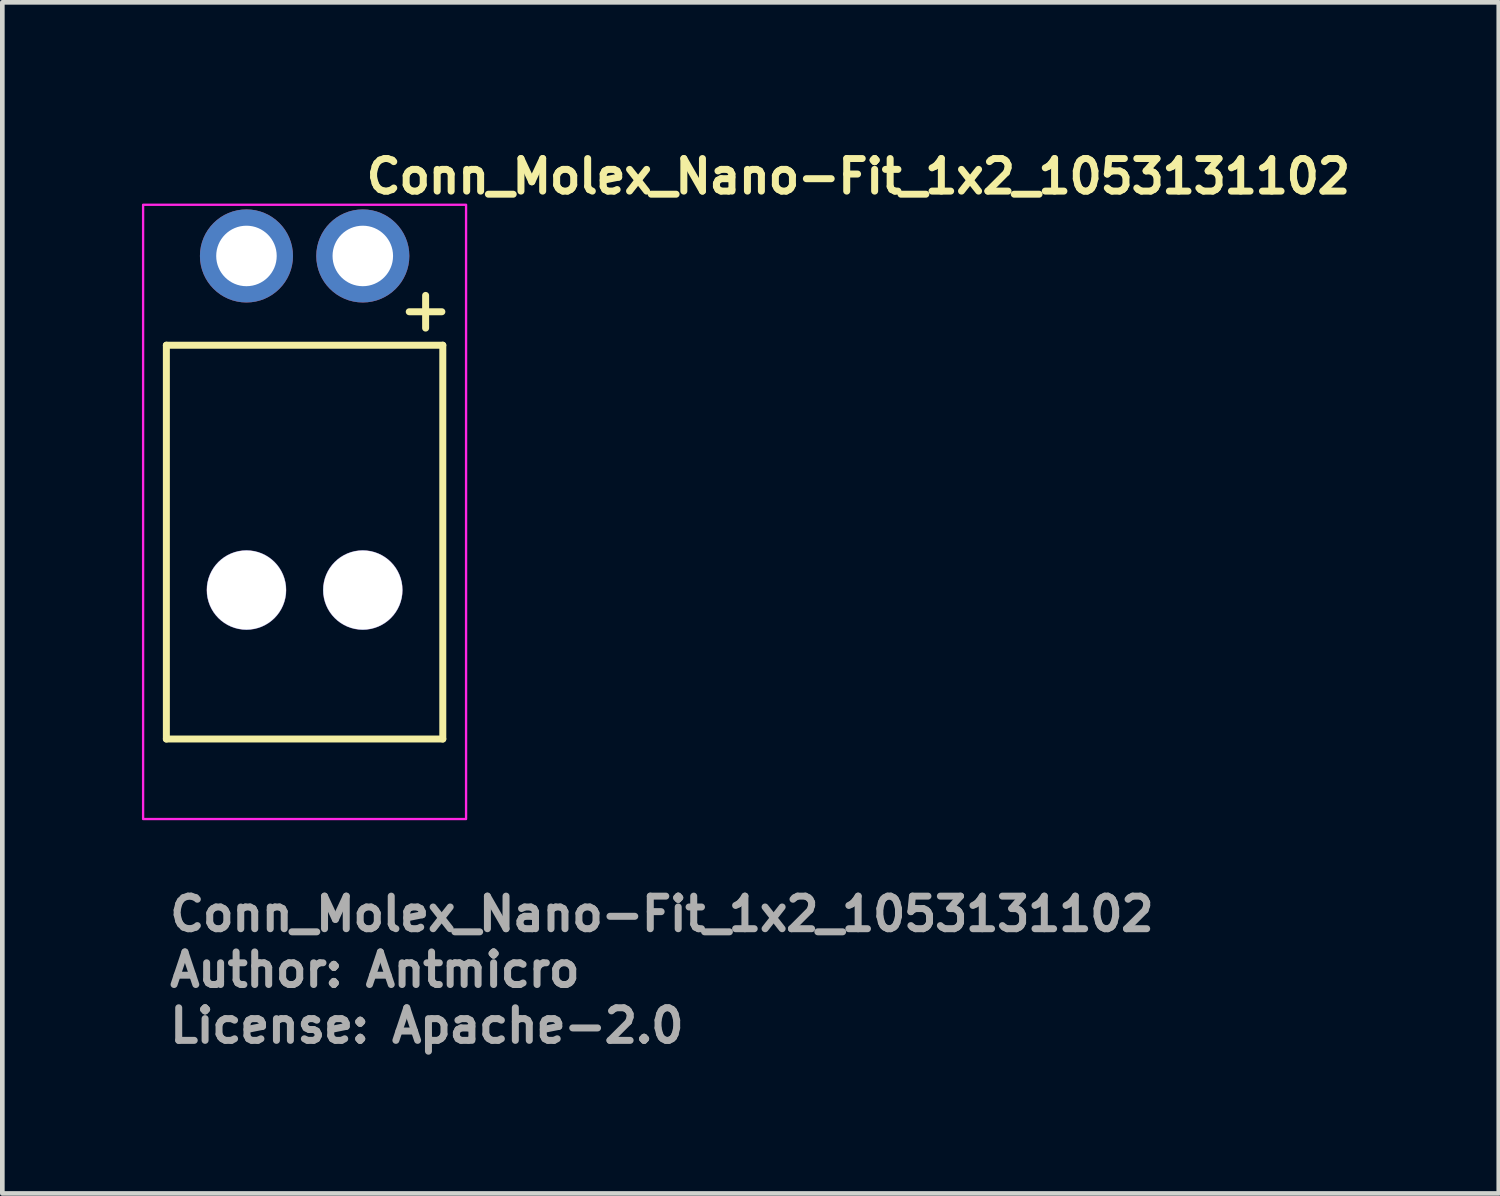
<source format=kicad_pcb>
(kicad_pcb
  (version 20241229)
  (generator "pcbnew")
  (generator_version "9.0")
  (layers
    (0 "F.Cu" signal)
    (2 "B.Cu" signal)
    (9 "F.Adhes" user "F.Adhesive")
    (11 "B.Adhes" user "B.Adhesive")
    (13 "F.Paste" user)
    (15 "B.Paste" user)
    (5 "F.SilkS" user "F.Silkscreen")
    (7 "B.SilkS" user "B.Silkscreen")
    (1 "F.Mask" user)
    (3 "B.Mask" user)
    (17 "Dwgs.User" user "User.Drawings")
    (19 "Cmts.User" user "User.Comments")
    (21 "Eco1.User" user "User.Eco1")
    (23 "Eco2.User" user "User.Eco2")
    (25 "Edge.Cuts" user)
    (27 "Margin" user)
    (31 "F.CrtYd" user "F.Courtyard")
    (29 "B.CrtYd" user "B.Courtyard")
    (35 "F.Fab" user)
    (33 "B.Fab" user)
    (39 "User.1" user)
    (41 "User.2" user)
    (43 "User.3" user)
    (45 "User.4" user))
  (footprint "Conn_Molex_Nano-Fit_1x2_1053131102"
    (layer "F.Cu")
    (at 4.746 2.45)
    (property "Reference" "Conn_Molex_Nano-Fit_1x2_1053131102" (at 0 -1.3 0) (layer "F.SilkS") (effects (font (size 0.7 0.7) (thickness 0.15)) (justify left bottom)))
    (attr through_hole)
    (fp_line (start -4.221 1.918) (end -4.221 10.38) (stroke (width 0.15) (type solid)) (layer "F.SilkS"))
    (fp_line (start -4.221 1.918) (end 1.719 1.918) (stroke (width 0.15) (type solid)) (layer "F.SilkS"))
    (fp_line (start -4.221 10.38) (end 1.719 10.38) (stroke (width 0.15) (type solid)) (layer "F.SilkS"))
    (fp_line (start 0.998 1.199) (end 1.699 1.199) (stroke (width 0.15) (type solid)) (layer "F.SilkS"))
    (fp_line (start 1.35 1.55) (end 1.35 0.848) (stroke (width 0.15) (type solid)) (layer "F.SilkS"))
    (fp_line (start 1.719 1.918) (end 1.719 10.38) (stroke (width 0.15) (type solid)) (layer "F.SilkS"))
    (fp_rect (start -4.721 -1.1) (end 2.219 12.1) (stroke (width 0.05) (type solid)) (fill no) (layer "F.CrtYd"))
    (fp_rect (start -4.221 -0.6) (end 1.719 11.839) (stroke (width 0.1) (type solid)) (fill no) (layer "User.5"))
    (fp_line (start -4.221 1.918) (end -4.221 10.38) (stroke (width 0.02) (type solid)) (layer "User.9"))
    (fp_line (start -4.221 10.38) (end -3.851 10.38) (stroke (width 0.02) (type solid)) (layer "User.9"))
    (fp_line (start -3.851 5.616) (end -3.85 5.605) (stroke (width 0.02) (type solid)) (layer "User.9"))
    (fp_line (start -3.851 5.616) (end -3.85 5.605) (stroke (width 0.02) (type solid)) (layer "User.9"))
    (fp_line (start -3.851 5.629) (end -3.851 5.616) (stroke (width 0.02) (type solid)) (layer "User.9"))
    (fp_line (start -3.851 5.629) (end -3.851 5.616) (stroke (width 0.02) (type solid)) (layer "User.9"))
    (fp_line (start -3.851 5.629) (end -3.601 5.629) (stroke (width 0.02) (type solid)) (layer "User.9"))
    (fp_line (start -3.851 11.839) (end -3.851 5.629) (stroke (width 0.02) (type solid)) (layer "User.9"))
    (fp_line (start -3.85 5.605) (end -3.848 5.592) (stroke (width 0.02) (type solid)) (layer "User.9"))
    (fp_line (start -3.85 5.605) (end -3.848 5.592) (stroke (width 0.02) (type solid)) (layer "User.9"))
    (fp_line (start -3.848 5.592) (end -3.847 5.581) (stroke (width 0.02) (type solid)) (layer "User.9"))
    (fp_line (start -3.848 5.592) (end -3.847 5.581) (stroke (width 0.02) (type solid)) (layer "User.9"))
    (fp_line (start -3.847 5.581) (end -3.843 5.568) (stroke (width 0.02) (type solid)) (layer "User.9"))
    (fp_line (start -3.847 5.581) (end -3.843 5.568) (stroke (width 0.02) (type solid)) (layer "User.9"))
    (fp_line (start -3.843 5.568) (end -3.84 5.557) (stroke (width 0.02) (type solid)) (layer "User.9"))
    (fp_line (start -3.843 5.568) (end -3.84 5.557) (stroke (width 0.02) (type solid)) (layer "User.9"))
    (fp_line (start -3.84 5.557) (end -3.837 5.544) (stroke (width 0.02) (type solid)) (layer "User.9"))
    (fp_line (start -3.84 5.557) (end -3.837 5.544) (stroke (width 0.02) (type solid)) (layer "User.9"))
    (fp_line (start -3.837 5.544) (end -3.831 5.533) (stroke (width 0.02) (type solid)) (layer "User.9"))
    (fp_line (start -3.837 5.544) (end -3.831 5.533) (stroke (width 0.02) (type solid)) (layer "User.9"))
    (fp_line (start -3.831 5.533) (end -3.827 5.522) (stroke (width 0.02) (type solid)) (layer "User.9"))
    (fp_line (start -3.831 5.533) (end -3.827 5.522) (stroke (width 0.02) (type solid)) (layer "User.9"))
    (fp_line (start -3.827 5.522) (end -3.822 5.512) (stroke (width 0.02) (type solid)) (layer "User.9"))
    (fp_line (start -3.827 5.522) (end -3.822 5.512) (stroke (width 0.02) (type solid)) (layer "User.9"))
    (fp_line (start -3.822 5.512) (end -3.815 5.501) (stroke (width 0.02) (type solid)) (layer "User.9"))
    (fp_line (start -3.822 5.512) (end -3.815 5.501) (stroke (width 0.02) (type solid)) (layer "User.9"))
    (fp_line (start -3.815 5.501) (end -3.809 5.491) (stroke (width 0.02) (type solid)) (layer "User.9"))
    (fp_line (start -3.815 5.501) (end -3.809 5.491) (stroke (width 0.02) (type solid)) (layer "User.9"))
    (fp_line (start -3.809 5.491) (end -3.802 5.48) (stroke (width 0.02) (type solid)) (layer "User.9"))
    (fp_line (start -3.809 5.491) (end -3.802 5.48) (stroke (width 0.02) (type solid)) (layer "User.9"))
    (fp_line (start -3.802 5.48) (end -3.794 5.47) (stroke (width 0.02) (type solid)) (layer "User.9"))
    (fp_line (start -3.802 5.48) (end -3.794 5.47) (stroke (width 0.02) (type solid)) (layer "User.9"))
    (fp_line (start -3.794 5.47) (end -3.786 5.461) (stroke (width 0.02) (type solid)) (layer "User.9"))
    (fp_line (start -3.794 5.47) (end -3.786 5.461) (stroke (width 0.02) (type solid)) (layer "User.9"))
    (fp_line (start -3.786 5.461) (end -3.778 5.453) (stroke (width 0.02) (type solid)) (layer "User.9"))
    (fp_line (start -3.786 5.461) (end -3.778 5.453) (stroke (width 0.02) (type solid)) (layer "User.9"))
    (fp_line (start -3.778 5.453) (end -3.778 5.453) (stroke (width 0.02) (type solid)) (layer "User.9"))
    (fp_line (start -3.778 5.453) (end -3.778 5.453) (stroke (width 0.02) (type solid)) (layer "User.9"))
    (fp_line (start -3.778 5.453) (end -3.769 5.443) (stroke (width 0.02) (type solid)) (layer "User.9"))
    (fp_line (start -3.778 5.453) (end -3.769 5.443) (stroke (width 0.02) (type solid)) (layer "User.9"))
    (fp_line (start -3.769 5.443) (end -3.759 5.435) (stroke (width 0.02) (type solid)) (layer "User.9"))
    (fp_line (start -3.769 5.443) (end -3.759 5.435) (stroke (width 0.02) (type solid)) (layer "User.9"))
    (fp_line (start -3.759 5.435) (end -3.75 5.429) (stroke (width 0.02) (type solid)) (layer "User.9"))
    (fp_line (start -3.759 5.435) (end -3.75 5.429) (stroke (width 0.02) (type solid)) (layer "User.9"))
    (fp_line (start -3.75 5.429) (end -3.739 5.421) (stroke (width 0.02) (type solid)) (layer "User.9"))
    (fp_line (start -3.75 5.429) (end -3.739 5.421) (stroke (width 0.02) (type solid)) (layer "User.9"))
    (fp_line (start -3.739 5.421) (end -3.73 5.414) (stroke (width 0.02) (type solid)) (layer "User.9"))
    (fp_line (start -3.739 5.421) (end -3.73 5.414) (stroke (width 0.02) (type solid)) (layer "User.9"))
    (fp_line (start -3.73 5.414) (end -3.718 5.408) (stroke (width 0.02) (type solid)) (layer "User.9"))
    (fp_line (start -3.73 5.414) (end -3.718 5.408) (stroke (width 0.02) (type solid)) (layer "User.9"))
    (fp_line (start -3.718 5.408) (end -3.708 5.403) (stroke (width 0.02) (type solid)) (layer "User.9"))
    (fp_line (start -3.718 5.408) (end -3.708 5.403) (stroke (width 0.02) (type solid)) (layer "User.9"))
    (fp_line (start -3.708 5.403) (end -3.697 5.398) (stroke (width 0.02) (type solid)) (layer "User.9"))
    (fp_line (start -3.708 5.403) (end -3.697 5.398) (stroke (width 0.02) (type solid)) (layer "User.9"))
    (fp_line (start -3.697 5.398) (end -3.685 5.394) (stroke (width 0.02) (type solid)) (layer "User.9"))
    (fp_line (start -3.697 5.398) (end -3.685 5.394) (stroke (width 0.02) (type solid)) (layer "User.9"))
    (fp_line (start -3.685 5.394) (end -3.673 5.389) (stroke (width 0.02) (type solid)) (layer "User.9"))
    (fp_line (start -3.685 5.394) (end -3.673 5.389) (stroke (width 0.02) (type solid)) (layer "User.9"))
    (fp_line (start -3.673 5.389) (end -3.661 5.387) (stroke (width 0.02) (type solid)) (layer "User.9"))
    (fp_line (start -3.673 5.389) (end -3.661 5.387) (stroke (width 0.02) (type solid)) (layer "User.9"))
    (fp_line (start -3.661 5.387) (end -3.649 5.384) (stroke (width 0.02) (type solid)) (layer "User.9"))
    (fp_line (start -3.661 5.387) (end -3.649 5.384) (stroke (width 0.02) (type solid)) (layer "User.9"))
    (fp_line (start -3.649 5.384) (end -3.637 5.381) (stroke (width 0.02) (type solid)) (layer "User.9"))
    (fp_line (start -3.649 5.384) (end -3.637 5.381) (stroke (width 0.02) (type solid)) (layer "User.9"))
    (fp_line (start -3.637 5.381) (end -3.625 5.381) (stroke (width 0.02) (type solid)) (layer "User.9"))
    (fp_line (start -3.637 5.381) (end -3.625 5.381) (stroke (width 0.02) (type solid)) (layer "User.9"))
    (fp_line (start -3.625 5.381) (end -3.613 5.379) (stroke (width 0.02) (type solid)) (layer "User.9"))
    (fp_line (start -3.625 5.381) (end -3.613 5.379) (stroke (width 0.02) (type solid)) (layer "User.9"))
    (fp_line (start -3.613 5.379) (end -3.601 5.379) (stroke (width 0.02) (type solid)) (layer "User.9"))
    (fp_line (start -3.613 5.379) (end -3.601 5.379) (stroke (width 0.02) (type solid)) (layer "User.9"))
    (fp_line (start -3.601 5.379) (end -2.4 5.379) (stroke (width 0.02) (type solid)) (layer "User.9"))
    (fp_line (start -3.601 11.839) (end -3.851 11.839) (stroke (width 0.02) (type solid)) (layer "User.9"))
    (fp_line (start -3.601 11.839) (end 1.1 11.839) (stroke (width 0.02) (type solid)) (layer "User.9"))
    (fp_line (start -3.101 0) (end -3.1 -0.04) (stroke (width 0.02) (type solid)) (layer "User.9"))
    (fp_line (start -3.101 0.018) (end -3.101 0) (stroke (width 0.02) (type solid)) (layer "User.9"))
    (fp_line (start -3.1 -0.04) (end -3.096 -0.08) (stroke (width 0.02) (type solid)) (layer "User.9"))
    (fp_line (start -3.1 0.037) (end -3.101 0.018) (stroke (width 0.02) (type solid)) (layer "User.9"))
    (fp_line (start -3.098 0.057) (end -3.1 0.037) (stroke (width 0.02) (type solid)) (layer "User.9"))
    (fp_line (start -3.097 0.075) (end -3.098 0.057) (stroke (width 0.02) (type solid)) (layer "User.9"))
    (fp_line (start -3.096 -0.08) (end -3.089 -0.12) (stroke (width 0.02) (type solid)) (layer "User.9"))
    (fp_line (start -3.093 0.094) (end -3.097 0.075) (stroke (width 0.02) (type solid)) (layer "User.9"))
    (fp_line (start -3.089 -0.12) (end -3.081 -0.157) (stroke (width 0.02) (type solid)) (layer "User.9"))
    (fp_line (start -3.089 0.114) (end -3.093 0.094) (stroke (width 0.02) (type solid)) (layer "User.9"))
    (fp_line (start -3.081 -0.157) (end -3.068 -0.195) (stroke (width 0.02) (type solid)) (layer "User.9"))
    (fp_line (start -3.081 0.15) (end -3.089 0.114) (stroke (width 0.02) (type solid)) (layer "User.9"))
    (fp_line (start -3.071 0.186) (end -3.081 0.15) (stroke (width 0.02) (type solid)) (layer "User.9"))
    (fp_line (start -3.068 -0.195) (end -3.056 -0.232) (stroke (width 0.02) (type solid)) (layer "User.9"))
    (fp_line (start -3.057 0.222) (end -3.071 0.186) (stroke (width 0.02) (type solid)) (layer "User.9"))
    (fp_line (start -3.056 -0.232) (end -3.039 -0.267) (stroke (width 0.02) (type solid)) (layer "User.9"))
    (fp_line (start -3.043 0.257) (end -3.057 0.222) (stroke (width 0.02) (type solid)) (layer "User.9"))
    (fp_line (start -3.039 -0.267) (end -3.02 -0.3) (stroke (width 0.02) (type solid)) (layer "User.9"))
    (fp_line (start -3.025 0.29) (end -3.043 0.257) (stroke (width 0.02) (type solid)) (layer "User.9"))
    (fp_line (start -3.02 -0.3) (end -3 -0.334) (stroke (width 0.02) (type solid)) (layer "User.9"))
    (fp_line (start -3.007 0.323) (end -3.025 0.29) (stroke (width 0.02) (type solid)) (layer "User.9"))
    (fp_line (start -3 -0.334) (end -2.977 -0.365) (stroke (width 0.02) (type solid)) (layer "User.9"))
    (fp_line (start -2.985 0.353) (end -3.007 0.323) (stroke (width 0.02) (type solid)) (layer "User.9"))
    (fp_line (start -2.977 -0.365) (end -2.952 -0.396) (stroke (width 0.02) (type solid)) (layer "User.9"))
    (fp_line (start -2.961 0.384) (end -2.985 0.353) (stroke (width 0.02) (type solid)) (layer "User.9"))
    (fp_line (start -2.952 -0.396) (end -2.927 -0.424) (stroke (width 0.02) (type solid)) (layer "User.9"))
    (fp_line (start -2.936 0.412) (end -2.961 0.384) (stroke (width 0.02) (type solid)) (layer "User.9"))
    (fp_line (start -2.927 -0.424) (end -2.898 -0.452) (stroke (width 0.02) (type solid)) (layer "User.9"))
    (fp_line (start -2.91 0.438) (end -2.936 0.412) (stroke (width 0.02) (type solid)) (layer "User.9"))
    (fp_line (start -2.898 -0.452) (end -2.867 -0.477) (stroke (width 0.02) (type solid)) (layer "User.9"))
    (fp_line (start -2.895 0.451) (end -2.91 0.438) (stroke (width 0.02) (type solid)) (layer "User.9"))
    (fp_line (start -2.882 0.464) (end -2.895 0.451) (stroke (width 0.02) (type solid)) (layer "User.9"))
    (fp_line (start -2.867 -0.477) (end -2.835 -0.499) (stroke (width 0.02) (type solid)) (layer "User.9"))
    (fp_line (start -2.867 0.476) (end -2.882 0.464) (stroke (width 0.02) (type solid)) (layer "User.9"))
    (fp_line (start -2.851 0.486) (end -2.867 0.476) (stroke (width 0.02) (type solid)) (layer "User.9"))
    (fp_line (start -2.835 -0.499) (end -2.801 -0.521) (stroke (width 0.02) (type solid)) (layer "User.9"))
    (fp_line (start -2.835 0.497) (end -2.851 0.486) (stroke (width 0.02) (type solid)) (layer "User.9"))
    (fp_line (start -2.819 -0.318) (end -2.819 -0.312) (stroke (width 0.02) (type solid)) (layer "User.9"))
    (fp_line (start -2.819 -0.318) (end -2.183 -0.318) (stroke (width 0.02) (type solid)) (layer "User.9"))
    (fp_line (start -2.819 -0.312) (end -2.819 -0.312) (stroke (width 0.02) (type solid)) (layer "User.9"))
    (fp_line (start -2.819 -0.312) (end -2.819 -0.295) (stroke (width 0.02) (type solid)) (layer "User.9"))
    (fp_line (start -2.819 -0.295) (end -2.819 -0.295) (stroke (width 0.02) (type solid)) (layer "User.9"))
    (fp_line (start -2.819 -0.295) (end -2.819 -0.267) (stroke (width 0.02) (type solid)) (layer "User.9"))
    (fp_line (start -2.819 -0.267) (end -2.819 -0.267) (stroke (width 0.02) (type solid)) (layer "User.9"))
    (fp_line (start -2.819 -0.267) (end -2.819 -0.226) (stroke (width 0.02) (type solid)) (layer "User.9"))
    (fp_line (start -2.819 -0.226) (end -2.819 -0.226) (stroke (width 0.02) (type solid)) (layer "User.9"))
    (fp_line (start -2.819 -0.226) (end -2.819 -0.176) (stroke (width 0.02) (type solid)) (layer "User.9"))
    (fp_line (start -2.819 -0.176) (end -2.819 -0.176) (stroke (width 0.02) (type solid)) (layer "User.9"))
    (fp_line (start -2.819 -0.176) (end -2.819 -0.115) (stroke (width 0.02) (type solid)) (layer "User.9"))
    (fp_line (start -2.819 -0.115) (end -2.819 -0.115) (stroke (width 0.02) (type solid)) (layer "User.9"))
    (fp_line (start -2.819 -0.115) (end -2.819 -0.044) (stroke (width 0.02) (type solid)) (layer "User.9"))
    (fp_line (start -2.819 -0.044) (end -2.819 -0.044) (stroke (width 0.02) (type solid)) (layer "User.9"))
    (fp_line (start -2.819 -0.044) (end -2.819 0.616) (stroke (width 0.02) (type solid)) (layer "User.9"))
    (fp_line (start -2.819 0.508) (end -2.835 0.497) (stroke (width 0.02) (type solid)) (layer "User.9"))
    (fp_line (start -2.819 0.616) (end -2.819 1.918) (stroke (width 0.02) (type solid)) (layer "User.9"))
    (fp_line (start -2.801 -0.521) (end -2.801 -0.521) (stroke (width 0.02) (type solid)) (layer "User.9"))
    (fp_line (start -2.801 -0.521) (end -2.766 -0.54) (stroke (width 0.02) (type solid)) (layer "User.9"))
    (fp_line (start -2.766 -0.54) (end -2.73 -0.556) (stroke (width 0.02) (type solid)) (layer "User.9"))
    (fp_line (start -2.73 -0.556) (end -2.693 -0.57) (stroke (width 0.02) (type solid)) (layer "User.9"))
    (fp_line (start -2.693 -0.57) (end -2.656 -0.58) (stroke (width 0.02) (type solid)) (layer "User.9"))
    (fp_line (start -2.656 -0.58) (end -2.617 -0.589) (stroke (width 0.02) (type solid)) (layer "User.9"))
    (fp_line (start -2.617 -0.589) (end -2.578 -0.595) (stroke (width 0.02) (type solid)) (layer "User.9"))
    (fp_line (start -2.578 -0.595) (end -2.54 -0.599) (stroke (width 0.02) (type solid)) (layer "User.9"))
    (fp_line (start -2.54 -0.599) (end -2.5 -0.6) (stroke (width 0.02) (type solid)) (layer "User.9"))
    (fp_line (start -2.5 -0.6) (end -2.463 -0.599) (stroke (width 0.02) (type solid)) (layer "User.9"))
    (fp_line (start -2.463 -0.599) (end -2.423 -0.595) (stroke (width 0.02) (type solid)) (layer "User.9"))
    (fp_line (start -2.423 -0.595) (end -2.386 -0.589) (stroke (width 0.02) (type solid)) (layer "User.9"))
    (fp_line (start -2.4 5.379) (end -2.4 5.629) (stroke (width 0.02) (type solid)) (layer "User.9"))
    (fp_line (start -2.4 5.629) (end -2.4 10.24) (stroke (width 0.02) (type solid)) (layer "User.9"))
    (fp_line (start -2.4 10.24) (end -2.4 10.253) (stroke (width 0.02) (type solid)) (layer "User.9"))
    (fp_line (start -2.4 10.253) (end -2.399 10.268) (stroke (width 0.02) (type solid)) (layer "User.9"))
    (fp_line (start -2.399 10.268) (end -2.398 10.284) (stroke (width 0.02) (type solid)) (layer "User.9"))
    (fp_line (start -2.398 10.284) (end -2.395 10.297) (stroke (width 0.02) (type solid)) (layer "User.9"))
    (fp_line (start -2.395 10.297) (end -2.391 10.313) (stroke (width 0.02) (type solid)) (layer "User.9"))
    (fp_line (start -2.391 10.313) (end -2.388 10.326) (stroke (width 0.02) (type solid)) (layer "User.9"))
    (fp_line (start -2.388 10.326) (end -2.383 10.341) (stroke (width 0.02) (type solid)) (layer "User.9"))
    (fp_line (start -2.386 -0.589) (end -2.347 -0.58) (stroke (width 0.02) (type solid)) (layer "User.9"))
    (fp_line (start -2.383 10.341) (end -2.379 10.354) (stroke (width 0.02) (type solid)) (layer "User.9"))
    (fp_line (start -2.379 10.354) (end -2.372 10.368) (stroke (width 0.02) (type solid)) (layer "User.9"))
    (fp_line (start -2.372 10.368) (end -2.366 10.381) (stroke (width 0.02) (type solid)) (layer "User.9"))
    (fp_line (start -2.367 10.38) (end -0.136 10.38) (stroke (width 0.02) (type solid)) (layer "User.9"))
    (fp_line (start -2.366 10.381) (end -2.359 10.393) (stroke (width 0.02) (type solid)) (layer "User.9"))
    (fp_line (start -2.359 10.393) (end -2.351 10.406) (stroke (width 0.02) (type solid)) (layer "User.9"))
    (fp_line (start -2.351 10.406) (end -2.343 10.418) (stroke (width 0.02) (type solid)) (layer "User.9"))
    (fp_line (start -2.347 -0.58) (end -2.31 -0.57) (stroke (width 0.02) (type solid)) (layer "User.9"))
    (fp_line (start -2.343 10.418) (end -2.334 10.429) (stroke (width 0.02) (type solid)) (layer "User.9"))
    (fp_line (start -2.334 10.429) (end -2.323 10.441) (stroke (width 0.02) (type solid)) (layer "User.9"))
    (fp_line (start -2.323 10.441) (end -2.314 10.451) (stroke (width 0.02) (type solid)) (layer "User.9"))
    (fp_line (start -2.314 10.451) (end -2.314 10.451) (stroke (width 0.02) (type solid)) (layer "User.9"))
    (fp_line (start -2.314 10.451) (end -2.302 10.461) (stroke (width 0.02) (type solid)) (layer "User.9"))
    (fp_line (start -2.31 -0.57) (end -2.273 -0.556) (stroke (width 0.02) (type solid)) (layer "User.9"))
    (fp_line (start -2.302 10.461) (end -2.291 10.471) (stroke (width 0.02) (type solid)) (layer "User.9"))
    (fp_line (start -2.291 10.471) (end -2.279 10.48) (stroke (width 0.02) (type solid)) (layer "User.9"))
    (fp_line (start -2.279 10.48) (end -2.267 10.489) (stroke (width 0.02) (type solid)) (layer "User.9"))
    (fp_line (start -2.273 -0.556) (end -2.237 -0.54) (stroke (width 0.02) (type solid)) (layer "User.9"))
    (fp_line (start -2.267 10.489) (end -2.255 10.496) (stroke (width 0.02) (type solid)) (layer "User.9"))
    (fp_line (start -2.255 10.496) (end -2.242 10.503) (stroke (width 0.02) (type solid)) (layer "User.9"))
    (fp_line (start -2.242 10.503) (end -2.23 10.511) (stroke (width 0.02) (type solid)) (layer "User.9"))
    (fp_line (start -2.237 -0.54) (end -2.202 -0.521) (stroke (width 0.02) (type solid)) (layer "User.9"))
    (fp_line (start -2.23 10.511) (end -2.215 10.516) (stroke (width 0.02) (type solid)) (layer "User.9"))
    (fp_line (start -2.215 10.516) (end -2.202 10.522) (stroke (width 0.02) (type solid)) (layer "User.9"))
    (fp_line (start -2.202 -0.521) (end -2.202 -0.521) (stroke (width 0.02) (type solid)) (layer "User.9"))
    (fp_line (start -2.202 -0.521) (end -2.183 -0.51) (stroke (width 0.02) (type solid)) (layer "User.9"))
    (fp_line (start -2.202 10.522) (end -2.189 10.527) (stroke (width 0.02) (type solid)) (layer "User.9"))
    (fp_line (start -2.189 10.527) (end -2.174 10.529) (stroke (width 0.02) (type solid)) (layer "User.9"))
    (fp_line (start -2.183 -0.51) (end -2.168 -0.499) (stroke (width 0.02) (type solid)) (layer "User.9"))
    (fp_line (start -2.183 -0.318) (end -2.183 -0.312) (stroke (width 0.02) (type solid)) (layer "User.9"))
    (fp_line (start -2.183 -0.312) (end -2.183 -0.312) (stroke (width 0.02) (type solid)) (layer "User.9"))
    (fp_line (start -2.183 -0.312) (end -2.183 -0.295) (stroke (width 0.02) (type solid)) (layer "User.9"))
    (fp_line (start -2.183 -0.295) (end -2.183 -0.295) (stroke (width 0.02) (type solid)) (layer "User.9"))
    (fp_line (start -2.183 -0.295) (end -2.183 -0.267) (stroke (width 0.02) (type solid)) (layer "User.9"))
    (fp_line (start -2.183 -0.267) (end -2.183 -0.267) (stroke (width 0.02) (type solid)) (layer "User.9"))
    (fp_line (start -2.183 -0.267) (end -2.183 -0.226) (stroke (width 0.02) (type solid)) (layer "User.9"))
    (fp_line (start -2.183 -0.226) (end -2.183 -0.226) (stroke (width 0.02) (type solid)) (layer "User.9"))
    (fp_line (start -2.183 -0.226) (end -2.183 -0.176) (stroke (width 0.02) (type solid)) (layer "User.9"))
    (fp_line (start -2.183 -0.176) (end -2.183 -0.176) (stroke (width 0.02) (type solid)) (layer "User.9"))
    (fp_line (start -2.183 -0.176) (end -2.183 -0.115) (stroke (width 0.02) (type solid)) (layer "User.9"))
    (fp_line (start -2.183 -0.115) (end -2.183 -0.115) (stroke (width 0.02) (type solid)) (layer "User.9"))
    (fp_line (start -2.183 -0.115) (end -2.183 -0.044) (stroke (width 0.02) (type solid)) (layer "User.9"))
    (fp_line (start -2.183 -0.044) (end -2.183 -0.044) (stroke (width 0.02) (type solid)) (layer "User.9"))
    (fp_line (start -2.183 -0.044) (end -2.183 0.616) (stroke (width 0.02) (type solid)) (layer "User.9"))
    (fp_line (start -2.183 0.616) (end -2.183 1.918) (stroke (width 0.02) (type solid)) (layer "User.9"))
    (fp_line (start -2.174 10.529) (end -2.16 10.534) (stroke (width 0.02) (type solid)) (layer "User.9"))
    (fp_line (start -2.168 -0.499) (end -2.15 -0.488) (stroke (width 0.02) (type solid)) (layer "User.9"))
    (fp_line (start -2.16 10.534) (end -2.145 10.535) (stroke (width 0.02) (type solid)) (layer "User.9"))
    (fp_line (start -2.152 0.486) (end -2.183 0.508) (stroke (width 0.02) (type solid)) (layer "User.9"))
    (fp_line (start -2.15 -0.488) (end -2.134 -0.477) (stroke (width 0.02) (type solid)) (layer "User.9"))
    (fp_line (start -2.145 10.535) (end -2.13 10.538) (stroke (width 0.02) (type solid)) (layer "User.9"))
    (fp_line (start -2.134 -0.477) (end -2.12 -0.465) (stroke (width 0.02) (type solid)) (layer "User.9"))
    (fp_line (start -2.13 10.538) (end -2.116 10.538) (stroke (width 0.02) (type solid)) (layer "User.9"))
    (fp_line (start -2.121 0.464) (end -2.152 0.486) (stroke (width 0.02) (type solid)) (layer "User.9"))
    (fp_line (start -2.12 -0.465) (end -2.105 -0.452) (stroke (width 0.02) (type solid)) (layer "User.9"))
    (fp_line (start -2.116 10.538) (end -2.101 10.538) (stroke (width 0.02) (type solid)) (layer "User.9"))
    (fp_line (start -2.105 -0.452) (end -2.089 -0.438) (stroke (width 0.02) (type solid)) (layer "User.9"))
    (fp_line (start -2.101 10.538) (end -0.402 10.538) (stroke (width 0.02) (type solid)) (layer "User.9"))
    (fp_line (start -2.093 0.438) (end -2.121 0.464) (stroke (width 0.02) (type solid)) (layer "User.9"))
    (fp_line (start -2.089 -0.438) (end -2.076 -0.424) (stroke (width 0.02) (type solid)) (layer "User.9"))
    (fp_line (start -2.076 -0.424) (end -2.062 -0.411) (stroke (width 0.02) (type solid)) (layer "User.9"))
    (fp_line (start -2.065 0.412) (end -2.093 0.438) (stroke (width 0.02) (type solid)) (layer "User.9"))
    (fp_line (start -2.062 -0.411) (end -2.049 -0.396) (stroke (width 0.02) (type solid)) (layer "User.9"))
    (fp_line (start -2.049 -0.396) (end -2.036 -0.38) (stroke (width 0.02) (type solid)) (layer "User.9"))
    (fp_line (start -2.04 0.384) (end -2.065 0.412) (stroke (width 0.02) (type solid)) (layer "User.9"))
    (fp_line (start -2.036 -0.38) (end -2.024 -0.365) (stroke (width 0.02) (type solid)) (layer "User.9"))
    (fp_line (start -2.024 -0.365) (end -2.012 -0.35) (stroke (width 0.02) (type solid)) (layer "User.9"))
    (fp_line (start -2.016 0.353) (end -2.04 0.384) (stroke (width 0.02) (type solid)) (layer "User.9"))
    (fp_line (start -2.012 -0.35) (end -2.001 -0.334) (stroke (width 0.02) (type solid)) (layer "User.9"))
    (fp_line (start -2.001 -0.334) (end -1.992 -0.317) (stroke (width 0.02) (type solid)) (layer "User.9"))
    (fp_line (start -1.996 0.323) (end -2.016 0.353) (stroke (width 0.02) (type solid)) (layer "User.9"))
    (fp_line (start -1.992 -0.317) (end -1.982 -0.3) (stroke (width 0.02) (type solid)) (layer "User.9"))
    (fp_line (start -1.982 -0.3) (end -1.972 -0.285) (stroke (width 0.02) (type solid)) (layer "User.9"))
    (fp_line (start -1.976 0.29) (end -1.996 0.323) (stroke (width 0.02) (type solid)) (layer "User.9"))
    (fp_line (start -1.972 -0.285) (end -1.964 -0.267) (stroke (width 0.02) (type solid)) (layer "User.9"))
    (fp_line (start -1.964 -0.267) (end -1.954 -0.249) (stroke (width 0.02) (type solid)) (layer "User.9"))
    (fp_line (start -1.96 0.257) (end -1.976 0.29) (stroke (width 0.02) (type solid)) (layer "User.9"))
    (fp_line (start -1.954 -0.249) (end -1.946 -0.232) (stroke (width 0.02) (type solid)) (layer "User.9"))
    (fp_line (start -1.946 -0.232) (end -1.94 -0.213) (stroke (width 0.02) (type solid)) (layer "User.9"))
    (fp_line (start -1.944 0.222) (end -1.96 0.257) (stroke (width 0.02) (type solid)) (layer "User.9"))
    (fp_line (start -1.94 -0.213) (end -1.934 -0.195) (stroke (width 0.02) (type solid)) (layer "User.9"))
    (fp_line (start -1.934 -0.195) (end -1.928 -0.176) (stroke (width 0.02) (type solid)) (layer "User.9"))
    (fp_line (start -1.932 0.186) (end -1.944 0.222) (stroke (width 0.02) (type solid)) (layer "User.9"))
    (fp_line (start -1.928 -0.176) (end -1.922 -0.157) (stroke (width 0.02) (type solid)) (layer "User.9"))
    (fp_line (start -1.922 -0.157) (end -1.917 -0.139) (stroke (width 0.02) (type solid)) (layer "User.9"))
    (fp_line (start -1.92 0.15) (end -1.932 0.186) (stroke (width 0.02) (type solid)) (layer "User.9"))
    (fp_line (start -1.917 -0.139) (end -1.913 -0.12) (stroke (width 0.02) (type solid)) (layer "User.9"))
    (fp_line (start -1.913 -0.12) (end -1.909 -0.101) (stroke (width 0.02) (type solid)) (layer "User.9"))
    (fp_line (start -1.913 0.114) (end -1.92 0.15) (stroke (width 0.02) (type solid)) (layer "User.9"))
    (fp_line (start -1.909 -0.101) (end -1.907 -0.08) (stroke (width 0.02) (type solid)) (layer "User.9"))
    (fp_line (start -1.907 -0.08) (end -1.903 -0.06) (stroke (width 0.02) (type solid)) (layer "User.9"))
    (fp_line (start -1.905 0.075) (end -1.913 0.114) (stroke (width 0.02) (type solid)) (layer "User.9"))
    (fp_line (start -1.903 -0.06) (end -1.903 -0.04) (stroke (width 0.02) (type solid)) (layer "User.9"))
    (fp_line (start -1.903 -0.04) (end -1.901 -0.022) (stroke (width 0.02) (type solid)) (layer "User.9"))
    (fp_line (start -1.903 0.037) (end -1.905 0.075) (stroke (width 0.02) (type solid)) (layer "User.9"))
    (fp_line (start -1.901 -0.022) (end -1.901 0) (stroke (width 0.02) (type solid)) (layer "User.9"))
    (fp_line (start -1.901 0) (end -1.903 0.037) (stroke (width 0.02) (type solid)) (layer "User.9"))
    (fp_line (start -0.6 0) (end -0.599 -0.04) (stroke (width 0.02) (type solid)) (layer "User.9"))
    (fp_line (start -0.6 0.018) (end -0.6 0) (stroke (width 0.02) (type solid)) (layer "User.9"))
    (fp_line (start -0.599 -0.04) (end -0.595 -0.08) (stroke (width 0.02) (type solid)) (layer "User.9"))
    (fp_line (start -0.599 0.037) (end -0.6 0.018) (stroke (width 0.02) (type solid)) (layer "User.9"))
    (fp_line (start -0.598 0.057) (end -0.599 0.037) (stroke (width 0.02) (type solid)) (layer "User.9"))
    (fp_line (start -0.596 0.075) (end -0.598 0.057) (stroke (width 0.02) (type solid)) (layer "User.9"))
    (fp_line (start -0.595 -0.08) (end -0.589 -0.12) (stroke (width 0.02) (type solid)) (layer "User.9"))
    (fp_line (start -0.593 0.094) (end -0.596 0.075) (stroke (width 0.02) (type solid)) (layer "User.9"))
    (fp_line (start -0.589 -0.12) (end -0.58 -0.157) (stroke (width 0.02) (type solid)) (layer "User.9"))
    (fp_line (start -0.589 0.114) (end -0.593 0.094) (stroke (width 0.02) (type solid)) (layer "User.9"))
    (fp_line (start -0.581 0.15) (end -0.589 0.114) (stroke (width 0.02) (type solid)) (layer "User.9"))
    (fp_line (start -0.58 -0.157) (end -0.569 -0.195) (stroke (width 0.02) (type solid)) (layer "User.9"))
    (fp_line (start -0.571 0.186) (end -0.581 0.15) (stroke (width 0.02) (type solid)) (layer "User.9"))
    (fp_line (start -0.569 -0.195) (end -0.556 -0.232) (stroke (width 0.02) (type solid)) (layer "User.9"))
    (fp_line (start -0.558 0.222) (end -0.571 0.186) (stroke (width 0.02) (type solid)) (layer "User.9"))
    (fp_line (start -0.556 -0.232) (end -0.539 -0.267) (stroke (width 0.02) (type solid)) (layer "User.9"))
    (fp_line (start -0.543 0.257) (end -0.558 0.222) (stroke (width 0.02) (type solid)) (layer "User.9"))
    (fp_line (start -0.539 -0.267) (end -0.521 -0.3) (stroke (width 0.02) (type solid)) (layer "User.9"))
    (fp_line (start -0.526 0.29) (end -0.543 0.257) (stroke (width 0.02) (type solid)) (layer "User.9"))
    (fp_line (start -0.521 -0.3) (end -0.5 -0.334) (stroke (width 0.02) (type solid)) (layer "User.9"))
    (fp_line (start -0.506 0.323) (end -0.526 0.29) (stroke (width 0.02) (type solid)) (layer "User.9"))
    (fp_line (start -0.5 -0.334) (end -0.478 -0.365) (stroke (width 0.02) (type solid)) (layer "User.9"))
    (fp_line (start -0.485 0.353) (end -0.506 0.323) (stroke (width 0.02) (type solid)) (layer "User.9"))
    (fp_line (start -0.478 -0.365) (end -0.453 -0.396) (stroke (width 0.02) (type solid)) (layer "User.9"))
    (fp_line (start -0.462 0.384) (end -0.485 0.353) (stroke (width 0.02) (type solid)) (layer "User.9"))
    (fp_line (start -0.453 -0.396) (end -0.426 -0.424) (stroke (width 0.02) (type solid)) (layer "User.9"))
    (fp_line (start -0.436 0.412) (end -0.462 0.384) (stroke (width 0.02) (type solid)) (layer "User.9"))
    (fp_line (start -0.426 -0.424) (end -0.398 -0.452) (stroke (width 0.02) (type solid)) (layer "User.9"))
    (fp_line (start -0.41 0.438) (end -0.436 0.412) (stroke (width 0.02) (type solid)) (layer "User.9"))
    (fp_line (start -0.402 10.538) (end -0.387 10.538) (stroke (width 0.02) (type solid)) (layer "User.9"))
    (fp_line (start -0.398 -0.452) (end -0.367 -0.477) (stroke (width 0.02) (type solid)) (layer "User.9"))
    (fp_line (start -0.396 0.451) (end -0.41 0.438) (stroke (width 0.02) (type solid)) (layer "User.9"))
    (fp_line (start -0.387 10.538) (end -0.371 10.538) (stroke (width 0.02) (type solid)) (layer "User.9"))
    (fp_line (start -0.381 0.464) (end -0.396 0.451) (stroke (width 0.02) (type solid)) (layer "User.9"))
    (fp_line (start -0.371 10.538) (end -0.356 10.535) (stroke (width 0.02) (type solid)) (layer "User.9"))
    (fp_line (start -0.367 -0.477) (end -0.335 -0.499) (stroke (width 0.02) (type solid)) (layer "User.9"))
    (fp_line (start -0.366 0.476) (end -0.381 0.464) (stroke (width 0.02) (type solid)) (layer "User.9"))
    (fp_line (start -0.356 10.535) (end -0.343 10.534) (stroke (width 0.02) (type solid)) (layer "User.9"))
    (fp_line (start -0.351 0.486) (end -0.366 0.476) (stroke (width 0.02) (type solid)) (layer "User.9"))
    (fp_line (start -0.343 10.534) (end -0.328 10.529) (stroke (width 0.02) (type solid)) (layer "User.9"))
    (fp_line (start -0.335 -0.499) (end -0.301 -0.521) (stroke (width 0.02) (type solid)) (layer "User.9"))
    (fp_line (start -0.335 0.497) (end -0.351 0.486) (stroke (width 0.02) (type solid)) (layer "User.9"))
    (fp_line (start -0.328 10.529) (end -0.313 10.527) (stroke (width 0.02) (type solid)) (layer "User.9"))
    (fp_line (start -0.318 -0.318) (end -0.318 -0.312) (stroke (width 0.02) (type solid)) (layer "User.9"))
    (fp_line (start -0.318 -0.318) (end 0.316 -0.318) (stroke (width 0.02) (type solid)) (layer "User.9"))
    (fp_line (start -0.318 -0.312) (end -0.318 -0.312) (stroke (width 0.02) (type solid)) (layer "User.9"))
    (fp_line (start -0.318 -0.312) (end -0.318 -0.295) (stroke (width 0.02) (type solid)) (layer "User.9"))
    (fp_line (start -0.318 -0.295) (end -0.318 -0.295) (stroke (width 0.02) (type solid)) (layer "User.9"))
    (fp_line (start -0.318 -0.295) (end -0.318 -0.267) (stroke (width 0.02) (type solid)) (layer "User.9"))
    (fp_line (start -0.318 -0.267) (end -0.318 -0.267) (stroke (width 0.02) (type solid)) (layer "User.9"))
    (fp_line (start -0.318 -0.267) (end -0.318 -0.226) (stroke (width 0.02) (type solid)) (layer "User.9"))
    (fp_line (start -0.318 -0.226) (end -0.318 -0.226) (stroke (width 0.02) (type solid)) (layer "User.9"))
    (fp_line (start -0.318 -0.226) (end -0.318 -0.176) (stroke (width 0.02) (type solid)) (layer "User.9"))
    (fp_line (start -0.318 -0.176) (end -0.318 -0.176) (stroke (width 0.02) (type solid)) (layer "User.9"))
    (fp_line (start -0.318 -0.176) (end -0.318 -0.115) (stroke (width 0.02) (type solid)) (layer "User.9"))
    (fp_line (start -0.318 -0.115) (end -0.318 -0.115) (stroke (width 0.02) (type solid)) (layer "User.9"))
    (fp_line (start -0.318 -0.115) (end -0.318 -0.044) (stroke (width 0.02) (type solid)) (layer "User.9"))
    (fp_line (start -0.318 -0.044) (end -0.318 -0.044) (stroke (width 0.02) (type solid)) (layer "User.9"))
    (fp_line (start -0.318 -0.044) (end -0.318 0.616) (stroke (width 0.02) (type solid)) (layer "User.9"))
    (fp_line (start -0.318 0.508) (end -0.335 0.497) (stroke (width 0.02) (type solid)) (layer "User.9"))
    (fp_line (start -0.318 0.616) (end -0.318 1.918) (stroke (width 0.02) (type solid)) (layer "User.9"))
    (fp_line (start -0.313 10.527) (end -0.299 10.522) (stroke (width 0.02) (type solid)) (layer "User.9"))
    (fp_line (start -0.301 -0.521) (end -0.301 -0.521) (stroke (width 0.02) (type solid)) (layer "User.9"))
    (fp_line (start -0.301 -0.521) (end -0.266 -0.54) (stroke (width 0.02) (type solid)) (layer "User.9"))
    (fp_line (start -0.299 10.522) (end -0.287 10.516) (stroke (width 0.02) (type solid)) (layer "User.9"))
    (fp_line (start -0.287 10.516) (end -0.273 10.511) (stroke (width 0.02) (type solid)) (layer "User.9"))
    (fp_line (start -0.273 10.511) (end -0.26 10.503) (stroke (width 0.02) (type solid)) (layer "User.9"))
    (fp_line (start -0.266 -0.54) (end -0.23 -0.556) (stroke (width 0.02) (type solid)) (layer "User.9"))
    (fp_line (start -0.26 10.503) (end -0.246 10.496) (stroke (width 0.02) (type solid)) (layer "User.9"))
    (fp_line (start -0.246 10.496) (end -0.235 10.489) (stroke (width 0.02) (type solid)) (layer "User.9"))
    (fp_line (start -0.235 10.489) (end -0.222 10.48) (stroke (width 0.02) (type solid)) (layer "User.9"))
    (fp_line (start -0.23 -0.556) (end -0.192 -0.57) (stroke (width 0.02) (type solid)) (layer "User.9"))
    (fp_line (start -0.222 10.48) (end -0.21 10.471) (stroke (width 0.02) (type solid)) (layer "User.9"))
    (fp_line (start -0.21 10.471) (end -0.2 10.461) (stroke (width 0.02) (type solid)) (layer "User.9"))
    (fp_line (start -0.2 10.461) (end -0.188 10.451) (stroke (width 0.02) (type solid)) (layer "User.9"))
    (fp_line (start -0.192 -0.57) (end -0.155 -0.58) (stroke (width 0.02) (type solid)) (layer "User.9"))
    (fp_line (start -0.188 10.451) (end -0.188 10.451) (stroke (width 0.02) (type solid)) (layer "User.9"))
    (fp_line (start -0.188 10.451) (end -0.178 10.441) (stroke (width 0.02) (type solid)) (layer "User.9"))
    (fp_line (start -0.178 10.441) (end -0.169 10.429) (stroke (width 0.02) (type solid)) (layer "User.9"))
    (fp_line (start -0.169 10.429) (end -0.159 10.418) (stroke (width 0.02) (type solid)) (layer "User.9"))
    (fp_line (start -0.159 10.418) (end -0.151 10.406) (stroke (width 0.02) (type solid)) (layer "User.9"))
    (fp_line (start -0.155 -0.58) (end -0.117 -0.589) (stroke (width 0.02) (type solid)) (layer "User.9"))
    (fp_line (start -0.151 10.406) (end -0.144 10.393) (stroke (width 0.02) (type solid)) (layer "User.9"))
    (fp_line (start -0.144 10.393) (end -0.137 10.381) (stroke (width 0.02) (type solid)) (layer "User.9"))
    (fp_line (start -0.137 10.381) (end -0.13 10.368) (stroke (width 0.02) (type solid)) (layer "User.9"))
    (fp_line (start -0.13 10.368) (end -0.123 10.354) (stroke (width 0.02) (type solid)) (layer "User.9"))
    (fp_line (start -0.123 10.354) (end -0.119 10.341) (stroke (width 0.02) (type solid)) (layer "User.9"))
    (fp_line (start -0.119 10.341) (end -0.114 10.326) (stroke (width 0.02) (type solid)) (layer "User.9"))
    (fp_line (start -0.117 -0.589) (end -0.078 -0.595) (stroke (width 0.02) (type solid)) (layer "User.9"))
    (fp_line (start -0.114 10.326) (end -0.11 10.313) (stroke (width 0.02) (type solid)) (layer "User.9"))
    (fp_line (start -0.11 10.313) (end -0.106 10.297) (stroke (width 0.02) (type solid)) (layer "User.9"))
    (fp_line (start -0.106 10.297) (end -0.105 10.284) (stroke (width 0.02) (type solid)) (layer "User.9"))
    (fp_line (start -0.105 10.284) (end -0.103 10.268) (stroke (width 0.02) (type solid)) (layer "User.9"))
    (fp_line (start -0.103 10.268) (end -0.102 10.253) (stroke (width 0.02) (type solid)) (layer "User.9"))
    (fp_line (start -0.102 5.379) (end -2.4 5.379) (stroke (width 0.02) (type solid)) (layer "User.9"))
    (fp_line (start -0.102 5.379) (end -0.102 5.629) (stroke (width 0.02) (type solid)) (layer "User.9"))
    (fp_line (start -0.102 5.379) (end 1.1 5.379) (stroke (width 0.02) (type solid)) (layer "User.9"))
    (fp_line (start -0.102 5.629) (end -0.102 10.24) (stroke (width 0.02) (type solid)) (layer "User.9"))
    (fp_line (start -0.102 5.839) (end -2.4 5.839) (stroke (width 0.02) (type solid)) (layer "User.9"))
    (fp_line (start -0.102 10.253) (end -0.102 10.24) (stroke (width 0.02) (type solid)) (layer "User.9"))
    (fp_line (start -0.078 -0.595) (end -0.039 -0.599) (stroke (width 0.02) (type solid)) (layer "User.9"))
    (fp_line (start -0.039 -0.599) (end 0 -0.6) (stroke (width 0.02) (type solid)) (layer "User.9"))
    (fp_line (start 0 -0.6) (end 0.037 -0.599) (stroke (width 0.02) (type solid)) (layer "User.9"))
    (fp_line (start 0.037 -0.599) (end 0.076 -0.595) (stroke (width 0.02) (type solid)) (layer "User.9"))
    (fp_line (start 0.076 -0.595) (end 0.115 -0.589) (stroke (width 0.02) (type solid)) (layer "User.9"))
    (fp_line (start 0.115 -0.589) (end 0.153 -0.58) (stroke (width 0.02) (type solid)) (layer "User.9"))
    (fp_line (start 0.153 -0.58) (end 0.19 -0.57) (stroke (width 0.02) (type solid)) (layer "User.9"))
    (fp_line (start 0.19 -0.57) (end 0.228 -0.556) (stroke (width 0.02) (type solid)) (layer "User.9"))
    (fp_line (start 0.228 -0.556) (end 0.264 -0.54) (stroke (width 0.02) (type solid)) (layer "User.9"))
    (fp_line (start 0.264 -0.54) (end 0.299 -0.521) (stroke (width 0.02) (type solid)) (layer "User.9"))
    (fp_line (start 0.299 -0.521) (end 0.299 -0.521) (stroke (width 0.02) (type solid)) (layer "User.9"))
    (fp_line (start 0.299 -0.521) (end 0.316 -0.51) (stroke (width 0.02) (type solid)) (layer "User.9"))
    (fp_line (start 0.316 -0.51) (end 0.333 -0.499) (stroke (width 0.02) (type solid)) (layer "User.9"))
    (fp_line (start 0.316 -0.318) (end 0.316 -0.312) (stroke (width 0.02) (type solid)) (layer "User.9"))
    (fp_line (start 0.316 -0.312) (end 0.316 -0.312) (stroke (width 0.02) (type solid)) (layer "User.9"))
    (fp_line (start 0.316 -0.312) (end 0.316 -0.295) (stroke (width 0.02) (type solid)) (layer "User.9"))
    (fp_line (start 0.316 -0.295) (end 0.316 -0.295) (stroke (width 0.02) (type solid)) (layer "User.9"))
    (fp_line (start 0.316 -0.295) (end 0.316 -0.267) (stroke (width 0.02) (type solid)) (layer "User.9"))
    (fp_line (start 0.316 -0.267) (end 0.316 -0.267) (stroke (width 0.02) (type solid)) (layer "User.9"))
    (fp_line (start 0.316 -0.267) (end 0.316 -0.226) (stroke (width 0.02) (type solid)) (layer "User.9"))
    (fp_line (start 0.316 -0.226) (end 0.316 -0.226) (stroke (width 0.02) (type solid)) (layer "User.9"))
    (fp_line (start 0.316 -0.226) (end 0.316 -0.176) (stroke (width 0.02) (type solid)) (layer "User.9"))
    (fp_line (start 0.316 -0.176) (end 0.316 -0.176) (stroke (width 0.02) (type solid)) (layer "User.9"))
    (fp_line (start 0.316 -0.176) (end 0.316 -0.115) (stroke (width 0.02) (type solid)) (layer "User.9"))
    (fp_line (start 0.316 -0.115) (end 0.316 -0.115) (stroke (width 0.02) (type solid)) (layer "User.9"))
    (fp_line (start 0.316 -0.115) (end 0.316 -0.044) (stroke (width 0.02) (type solid)) (layer "User.9"))
    (fp_line (start 0.316 -0.044) (end 0.316 -0.044) (stroke (width 0.02) (type solid)) (layer "User.9"))
    (fp_line (start 0.316 -0.044) (end 0.316 0.616) (stroke (width 0.02) (type solid)) (layer "User.9"))
    (fp_line (start 0.316 0.616) (end 0.316 1.918) (stroke (width 0.02) (type solid)) (layer "User.9"))
    (fp_line (start 0.333 -0.499) (end 0.35 -0.488) (stroke (width 0.02) (type solid)) (layer "User.9"))
    (fp_line (start 0.349 0.486) (end 0.316 0.508) (stroke (width 0.02) (type solid)) (layer "User.9"))
    (fp_line (start 0.35 -0.488) (end 0.365 -0.477) (stroke (width 0.02) (type solid)) (layer "User.9"))
    (fp_line (start 0.365 -0.477) (end 0.38 -0.465) (stroke (width 0.02) (type solid)) (layer "User.9"))
    (fp_line (start 0.379 0.464) (end 0.349 0.486) (stroke (width 0.02) (type solid)) (layer "User.9"))
    (fp_line (start 0.38 -0.465) (end 0.396 -0.452) (stroke (width 0.02) (type solid)) (layer "User.9"))
    (fp_line (start 0.396 -0.452) (end 0.411 -0.438) (stroke (width 0.02) (type solid)) (layer "User.9"))
    (fp_line (start 0.408 0.438) (end 0.379 0.464) (stroke (width 0.02) (type solid)) (layer "User.9"))
    (fp_line (start 0.411 -0.438) (end 0.424 -0.424) (stroke (width 0.02) (type solid)) (layer "User.9"))
    (fp_line (start 0.424 -0.424) (end 0.437 -0.411) (stroke (width 0.02) (type solid)) (layer "User.9"))
    (fp_line (start 0.434 0.412) (end 0.408 0.438) (stroke (width 0.02) (type solid)) (layer "User.9"))
    (fp_line (start 0.437 -0.411) (end 0.451 -0.396) (stroke (width 0.02) (type solid)) (layer "User.9"))
    (fp_line (start 0.451 -0.396) (end 0.464 -0.38) (stroke (width 0.02) (type solid)) (layer "User.9"))
    (fp_line (start 0.46 0.384) (end 0.434 0.412) (stroke (width 0.02) (type solid)) (layer "User.9"))
    (fp_line (start 0.464 -0.38) (end 0.476 -0.365) (stroke (width 0.02) (type solid)) (layer "User.9"))
    (fp_line (start 0.476 -0.365) (end 0.487 -0.35) (stroke (width 0.02) (type solid)) (layer "User.9"))
    (fp_line (start 0.483 0.353) (end 0.46 0.384) (stroke (width 0.02) (type solid)) (layer "User.9"))
    (fp_line (start 0.487 -0.35) (end 0.498 -0.334) (stroke (width 0.02) (type solid)) (layer "User.9"))
    (fp_line (start 0.498 -0.334) (end 0.508 -0.317) (stroke (width 0.02) (type solid)) (layer "User.9"))
    (fp_line (start 0.504 0.323) (end 0.483 0.353) (stroke (width 0.02) (type solid)) (layer "User.9"))
    (fp_line (start 0.508 -0.317) (end 0.519 -0.3) (stroke (width 0.02) (type solid)) (layer "User.9"))
    (fp_line (start 0.519 -0.3) (end 0.529 -0.285) (stroke (width 0.02) (type solid)) (layer "User.9"))
    (fp_line (start 0.524 0.29) (end 0.504 0.323) (stroke (width 0.02) (type solid)) (layer "User.9"))
    (fp_line (start 0.529 -0.285) (end 0.537 -0.267) (stroke (width 0.02) (type solid)) (layer "User.9"))
    (fp_line (start 0.537 -0.267) (end 0.546 -0.249) (stroke (width 0.02) (type solid)) (layer "User.9"))
    (fp_line (start 0.541 0.257) (end 0.524 0.29) (stroke (width 0.02) (type solid)) (layer "User.9"))
    (fp_line (start 0.546 -0.249) (end 0.554 -0.232) (stroke (width 0.02) (type solid)) (layer "User.9"))
    (fp_line (start 0.554 -0.232) (end 0.561 -0.213) (stroke (width 0.02) (type solid)) (layer "User.9"))
    (fp_line (start 0.556 0.222) (end 0.541 0.257) (stroke (width 0.02) (type solid)) (layer "User.9"))
    (fp_line (start 0.561 -0.213) (end 0.567 -0.195) (stroke (width 0.02) (type solid)) (layer "User.9"))
    (fp_line (start 0.567 -0.195) (end 0.573 -0.176) (stroke (width 0.02) (type solid)) (layer "User.9"))
    (fp_line (start 0.569 0.186) (end 0.556 0.222) (stroke (width 0.02) (type solid)) (layer "User.9"))
    (fp_line (start 0.573 -0.176) (end 0.578 -0.157) (stroke (width 0.02) (type solid)) (layer "User.9"))
    (fp_line (start 0.578 -0.157) (end 0.583 -0.139) (stroke (width 0.02) (type solid)) (layer "User.9"))
    (fp_line (start 0.579 0.15) (end 0.569 0.186) (stroke (width 0.02) (type solid)) (layer "User.9"))
    (fp_line (start 0.583 -0.139) (end 0.587 -0.12) (stroke (width 0.02) (type solid)) (layer "User.9"))
    (fp_line (start 0.587 -0.12) (end 0.59 -0.101) (stroke (width 0.02) (type solid)) (layer "User.9"))
    (fp_line (start 0.587 0.114) (end 0.579 0.15) (stroke (width 0.02) (type solid)) (layer "User.9"))
    (fp_line (start 0.59 -0.101) (end 0.593 -0.08) (stroke (width 0.02) (type solid)) (layer "User.9"))
    (fp_line (start 0.593 -0.08) (end 0.596 -0.06) (stroke (width 0.02) (type solid)) (layer "User.9"))
    (fp_line (start 0.594 0.075) (end 0.587 0.114) (stroke (width 0.02) (type solid)) (layer "User.9"))
    (fp_line (start 0.596 -0.06) (end 0.597 -0.04) (stroke (width 0.02) (type solid)) (layer "User.9"))
    (fp_line (start 0.597 -0.04) (end 0.598 -0.022) (stroke (width 0.02) (type solid)) (layer "User.9"))
    (fp_line (start 0.597 0.037) (end 0.594 0.075) (stroke (width 0.02) (type solid)) (layer "User.9"))
    (fp_line (start 0.598 -0.022) (end 0.599 0) (stroke (width 0.02) (type solid)) (layer "User.9"))
    (fp_line (start 0.599 0) (end 0.597 0.037) (stroke (width 0.02) (type solid)) (layer "User.9"))
    (fp_line (start 1.112 5.379) (end 1.1 5.379) (stroke (width 0.02) (type solid)) (layer "User.9"))
    (fp_line (start 1.124 5.381) (end 1.112 5.379) (stroke (width 0.02) (type solid)) (layer "User.9"))
    (fp_line (start 1.136 5.381) (end 1.124 5.381) (stroke (width 0.02) (type solid)) (layer "User.9"))
    (fp_line (start 1.148 5.384) (end 1.136 5.381) (stroke (width 0.02) (type solid)) (layer "User.9"))
    (fp_line (start 1.159 5.387) (end 1.148 5.384) (stroke (width 0.02) (type solid)) (layer "User.9"))
    (fp_line (start 1.171 5.389) (end 1.159 5.387) (stroke (width 0.02) (type solid)) (layer "User.9"))
    (fp_line (start 1.183 5.394) (end 1.171 5.389) (stroke (width 0.02) (type solid)) (layer "User.9"))
    (fp_line (start 1.195 5.398) (end 1.183 5.394) (stroke (width 0.02) (type solid)) (layer "User.9"))
    (fp_line (start 1.205 5.403) (end 1.195 5.398) (stroke (width 0.02) (type solid)) (layer "User.9"))
    (fp_line (start 1.217 5.408) (end 1.205 5.403) (stroke (width 0.02) (type solid)) (layer "User.9"))
    (fp_line (start 1.227 5.414) (end 1.217 5.408) (stroke (width 0.02) (type solid)) (layer "User.9"))
    (fp_line (start 1.237 5.421) (end 1.227 5.414) (stroke (width 0.02) (type solid)) (layer "User.9"))
    (fp_line (start 1.247 5.429) (end 1.237 5.421) (stroke (width 0.02) (type solid)) (layer "User.9"))
    (fp_line (start 1.257 5.435) (end 1.247 5.429) (stroke (width 0.02) (type solid)) (layer "User.9"))
    (fp_line (start 1.267 5.443) (end 1.257 5.435) (stroke (width 0.02) (type solid)) (layer "User.9"))
    (fp_line (start 1.275 5.453) (end 1.267 5.443) (stroke (width 0.02) (type solid)) (layer "User.9"))
    (fp_line (start 1.275 5.453) (end 1.275 5.453) (stroke (width 0.02) (type solid)) (layer "User.9"))
    (fp_line (start 1.284 5.461) (end 1.275 5.453) (stroke (width 0.02) (type solid)) (layer "User.9"))
    (fp_line (start 1.292 5.47) (end 1.284 5.461) (stroke (width 0.02) (type solid)) (layer "User.9"))
    (fp_line (start 1.3 5.48) (end 1.292 5.47) (stroke (width 0.02) (type solid)) (layer "User.9"))
    (fp_line (start 1.306 5.491) (end 1.3 5.48) (stroke (width 0.02) (type solid)) (layer "User.9"))
    (fp_line (start 1.314 5.501) (end 1.306 5.491) (stroke (width 0.02) (type solid)) (layer "User.9"))
    (fp_line (start 1.32 5.512) (end 1.314 5.501) (stroke (width 0.02) (type solid)) (layer "User.9"))
    (fp_line (start 1.326 5.522) (end 1.32 5.512) (stroke (width 0.02) (type solid)) (layer "User.9"))
    (fp_line (start 1.33 5.533) (end 1.326 5.522) (stroke (width 0.02) (type solid)) (layer "User.9"))
    (fp_line (start 1.334 5.544) (end 1.33 5.533) (stroke (width 0.02) (type solid)) (layer "User.9"))
    (fp_line (start 1.338 5.557) (end 1.334 5.544) (stroke (width 0.02) (type solid)) (layer "User.9"))
    (fp_line (start 1.342 5.568) (end 1.338 5.557) (stroke (width 0.02) (type solid)) (layer "User.9"))
    (fp_line (start 1.344 5.581) (end 1.342 5.568) (stroke (width 0.02) (type solid)) (layer "User.9"))
    (fp_line (start 1.346 5.592) (end 1.344 5.581) (stroke (width 0.02) (type solid)) (layer "User.9"))
    (fp_line (start 1.348 5.605) (end 1.346 5.592) (stroke (width 0.02) (type solid)) (layer "User.9"))
    (fp_line (start 1.348 5.616) (end 1.348 5.605) (stroke (width 0.02) (type solid)) (layer "User.9"))
    (fp_line (start 1.35 5.629) (end 1.1 5.629) (stroke (width 0.02) (type solid)) (layer "User.9"))
    (fp_line (start 1.35 5.629) (end 1.348 5.616) (stroke (width 0.02) (type solid)) (layer "User.9"))
    (fp_line (start 1.35 5.629) (end 1.35 11.839) (stroke (width 0.02) (type solid)) (layer "User.9"))
    (fp_line (start 1.35 10.38) (end 1.719 10.38) (stroke (width 0.02) (type solid)) (layer "User.9"))
    (fp_line (start 1.35 11.839) (end 1.1 11.839) (stroke (width 0.02) (type solid)) (layer "User.9"))
    (fp_line (start 1.719 1.918) (end -4.221 1.918) (stroke (width 0.02) (type solid)) (layer "User.9"))
    (fp_line (start 1.719 10.38) (end 1.719 1.918) (stroke (width 0.02) (type solid)) (layer "User.9"))
    (fp_text user "${REFERENCE}" (at -4.221 14.55 0) (layer "F.Fab") (effects (font (size 0.7 0.7) (thickness 0.15)) (justify left bottom)))
    (fp_text user "License: Apache-2.0" (at -4.221 16.949 0) (layer "F.Fab") (effects (font (size 0.7 0.7) (thickness 0.15)) (justify left bottom)))
    (fp_text user "Author: Antmicro" (at -4.221 15.749 0) (layer "F.Fab") (effects (font (size 0.7 0.7) (thickness 0.15)) (justify left bottom)))
    (pad "" np_thru_hole circle (at -2.5 7.179) (size 1.71 1.71) (drill 1.7) (layers "*.Cu" "*.Mask"))
    (pad "" np_thru_hole circle (at 0 7.179) (size 1.71 1.71) (drill 1.7) (layers "*.Cu" "*.Mask"))
    (pad "1" thru_hole circle (at 0 0) (size 2 2) (drill 1.3) (layers "*.Cu" "*.Mask"))
    (pad "2" thru_hole circle (at -2.5 0) (size 2 2) (drill 1.3) (layers "*.Cu" "*.Mask")))
  (gr_rect
    (start -3 -3)
    (end 29.156 22.595)
    (stroke (width 0.1) (type default))
    (fill no)
    (layer "Edge.Cuts")))
</source>
